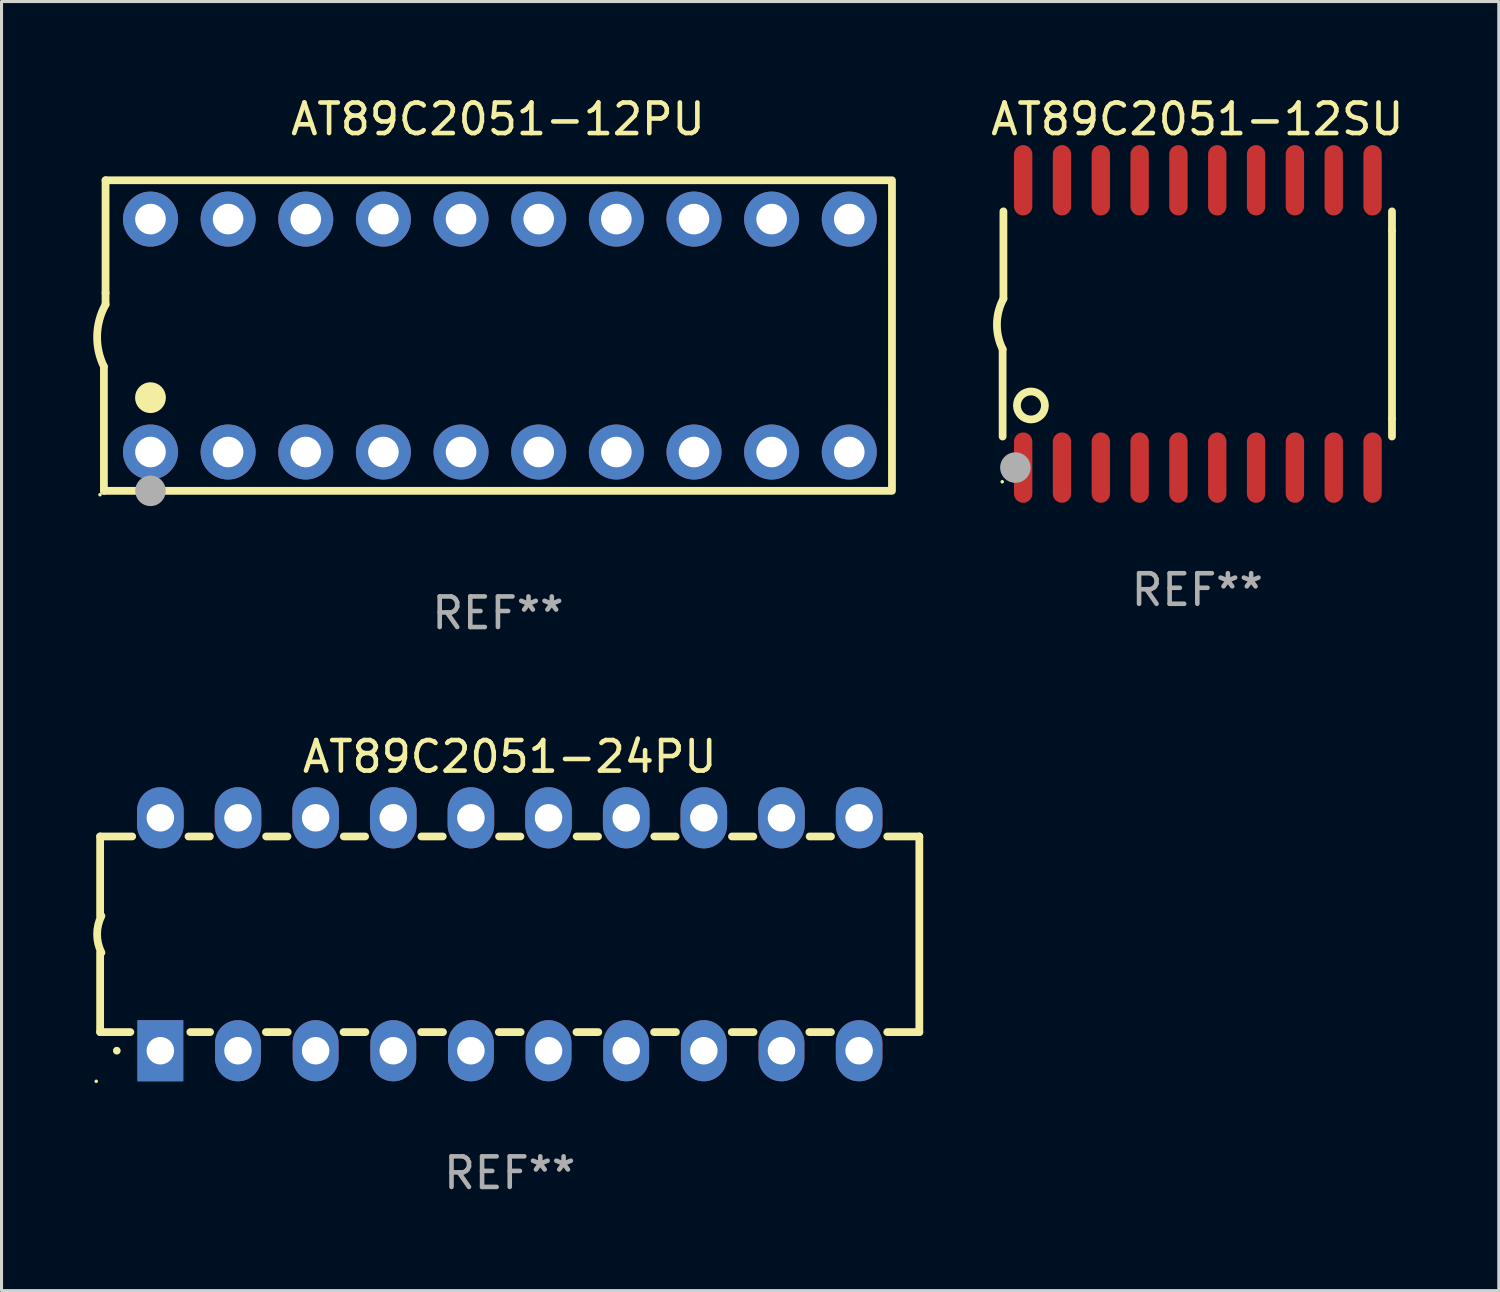
<source format=kicad_pcb>
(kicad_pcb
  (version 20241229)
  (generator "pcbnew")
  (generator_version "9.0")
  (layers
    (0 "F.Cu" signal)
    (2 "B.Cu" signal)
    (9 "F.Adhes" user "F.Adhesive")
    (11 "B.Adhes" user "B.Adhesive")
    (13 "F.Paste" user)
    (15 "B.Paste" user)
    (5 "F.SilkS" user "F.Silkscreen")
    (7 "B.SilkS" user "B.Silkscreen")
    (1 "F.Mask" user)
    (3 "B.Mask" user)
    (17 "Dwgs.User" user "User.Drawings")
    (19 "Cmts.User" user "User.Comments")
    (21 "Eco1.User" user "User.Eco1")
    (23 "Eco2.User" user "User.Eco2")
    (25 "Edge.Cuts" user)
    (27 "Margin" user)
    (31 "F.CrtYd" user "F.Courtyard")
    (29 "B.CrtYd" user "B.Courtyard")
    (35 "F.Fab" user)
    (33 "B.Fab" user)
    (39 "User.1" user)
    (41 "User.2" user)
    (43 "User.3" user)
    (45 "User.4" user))
  (footprint "AT89C2051-12PU"
    (layer "F.Cu")
    (at 13.24 7.928)
    (property "Reference" "AT89C2051-12PU" (at 0 -7.08 0) (layer "F.SilkS") (effects (font (size 1 1) (thickness 0.15))))
    (attr through_hole)
    (fp_line (start -12.891 5.08) (end -12.891 1.016) (stroke (width 0.254) (type solid)) (layer "F.SilkS"))
    (fp_line (start -12.891 5.08) (end 12.891 5.08) (stroke (width 0.254) (type solid)) (layer "F.SilkS"))
    (fp_line (start -12.837 -5.08) (end -12.837 -1.397) (stroke (width 0.254) (type solid)) (layer "F.SilkS"))
    (fp_line (start -12.837 -5.08) (end 12.891 -5.08) (stroke (width 0.254) (type solid)) (layer "F.SilkS"))
    (fp_line (start -12.837 -1.397) (end -12.837 -1.016) (stroke (width 0.254) (type solid)) (layer "F.SilkS"))
    (fp_line (start 12.891 -5) (end 12.891 5) (stroke (width 0.254) (type solid)) (layer "F.SilkS"))
    (fp_arc (start -12.890526 1.016002) (mid -13.111945 -0.006602) (end -12.836525 -1.016002) (stroke (width 0.254001) (type solid)) (layer "F.SilkS"))
    (fp_circle (center -13.018 5.207) (end -12.988 5.207) (stroke (width 0.06) (type solid)) (fill no) (layer "F.SilkS"))
    (fp_circle (center -11.367 2.032) (end -11.113 2.032) (stroke (width 0.5) (type solid)) (fill no) (layer "F.SilkS"))
    (fp_circle (center -11.367 5.08) (end -11.117 5.08) (stroke (width 0.5) (type solid)) (fill no) (layer "F.Fab"))
    (fp_text user "REF**" (at 0 9.08 0) (layer "F.Fab") (effects (font (size 1 1) (thickness 0.15))))
    (pad "1" thru_hole circle (at -11.367 3.81) (size 1.8 1.8) (drill 1) (layers "*.Cu" "*.Mask"))
    (pad "2" thru_hole circle (at -8.827 3.81) (size 1.8 1.8) (drill 1) (layers "*.Cu" "*.Mask"))
    (pad "3" thru_hole circle (at -6.287 3.81) (size 1.8 1.8) (drill 1) (layers "*.Cu" "*.Mask"))
    (pad "4" thru_hole circle (at -3.747 3.81) (size 1.8 1.8) (drill 1) (layers "*.Cu" "*.Mask"))
    (pad "5" thru_hole circle (at -1.207 3.81) (size 1.8 1.8) (drill 1) (layers "*.Cu" "*.Mask"))
    (pad "6" thru_hole circle (at 1.334 3.81) (size 1.8 1.8) (drill 1) (layers "*.Cu" "*.Mask"))
    (pad "7" thru_hole circle (at 3.874 3.81) (size 1.8 1.8) (drill 1) (layers "*.Cu" "*.Mask"))
    (pad "8" thru_hole circle (at 6.414 3.81) (size 1.8 1.8) (drill 1) (layers "*.Cu" "*.Mask"))
    (pad "9" thru_hole circle (at 8.954 3.81) (size 1.8 1.8) (drill 1) (layers "*.Cu" "*.Mask"))
    (pad "10" thru_hole circle (at 11.494 3.81) (size 1.8 1.8) (drill 1) (layers "*.Cu" "*.Mask"))
    (pad "11" thru_hole circle (at 11.494 -3.81) (size 1.8 1.8) (drill 1) (layers "*.Cu" "*.Mask"))
    (pad "12" thru_hole circle (at 8.954 -3.81) (size 1.8 1.8) (drill 1) (layers "*.Cu" "*.Mask"))
    (pad "13" thru_hole circle (at 6.414 -3.81) (size 1.8 1.8) (drill 1) (layers "*.Cu" "*.Mask"))
    (pad "14" thru_hole circle (at 3.874 -3.81) (size 1.8 1.8) (drill 1) (layers "*.Cu" "*.Mask"))
    (pad "15" thru_hole circle (at 1.334 -3.81) (size 1.8 1.8) (drill 1) (layers "*.Cu" "*.Mask"))
    (pad "16" thru_hole circle (at -1.207 -3.81) (size 1.8 1.8) (drill 1) (layers "*.Cu" "*.Mask"))
    (pad "17" thru_hole circle (at -3.747 -3.81) (size 1.8 1.8) (drill 1) (layers "*.Cu" "*.Mask"))
    (pad "18" thru_hole circle (at -6.287 -3.81) (size 1.8 1.8) (drill 1) (layers "*.Cu" "*.Mask"))
    (pad "19" thru_hole circle (at -8.827 -3.81) (size 1.8 1.8) (drill 1) (layers "*.Cu" "*.Mask"))
    (pad "20" thru_hole circle (at -11.367 -3.81) (size 1.8 1.8) (drill 1) (layers "*.Cu" "*.Mask")))
  (footprint "AT89C2051-24PU"
    (layer "F.Cu")
    (at 13.626 27.515)
    (property "Reference" "AT89C2051-24PU" (at 0 -5.81 0) (layer "F.SilkS") (effects (font (size 1 1) (thickness 0.15))))
    (attr through_hole)
    (fp_line (start -13.4 -3.2) (end -12.351 -3.2) (stroke (width 0.254) (type solid)) (layer "F.SilkS"))
    (fp_line (start -13.4 -0.6) (end -13.4 -3.2) (stroke (width 0.254) (type solid)) (layer "F.SilkS"))
    (fp_line (start -13.4 3.2) (end -13.4 0.6) (stroke (width 0.254) (type solid)) (layer "F.SilkS"))
    (fp_line (start -13.4 3.2) (end -12.411 3.2) (stroke (width 0.254) (type solid)) (layer "F.SilkS"))
    (fp_line (start -10.509 -3.2) (end -9.811 -3.2) (stroke (width 0.254) (type solid)) (layer "F.SilkS"))
    (fp_line (start -10.449 3.2) (end -9.803 3.2) (stroke (width 0.254) (type solid)) (layer "F.SilkS"))
    (fp_line (start -7.977 3.2) (end -7.263 3.2) (stroke (width 0.254) (type solid)) (layer "F.SilkS"))
    (fp_line (start -7.969 -3.2) (end -7.271 -3.2) (stroke (width 0.254) (type solid)) (layer "F.SilkS"))
    (fp_line (start -5.437 3.2) (end -4.723 3.2) (stroke (width 0.254) (type solid)) (layer "F.SilkS"))
    (fp_line (start -5.429 -3.2) (end -4.731 -3.2) (stroke (width 0.254) (type solid)) (layer "F.SilkS"))
    (fp_line (start -2.897 3.2) (end -2.183 3.2) (stroke (width 0.254) (type solid)) (layer "F.SilkS"))
    (fp_line (start -2.889 -3.2) (end -2.191 -3.2) (stroke (width 0.254) (type solid)) (layer "F.SilkS"))
    (fp_line (start -0.357 3.2) (end 0.357 3.2) (stroke (width 0.254) (type solid)) (layer "F.SilkS"))
    (fp_line (start -0.349 -3.2) (end 0.349 -3.2) (stroke (width 0.254) (type solid)) (layer "F.SilkS"))
    (fp_line (start 2.183 3.2) (end 2.897 3.2) (stroke (width 0.254) (type solid)) (layer "F.SilkS"))
    (fp_line (start 2.191 -3.2) (end 2.889 -3.2) (stroke (width 0.254) (type solid)) (layer "F.SilkS"))
    (fp_line (start 4.723 3.2) (end 5.437 3.2) (stroke (width 0.254) (type solid)) (layer "F.SilkS"))
    (fp_line (start 4.731 -3.2) (end 5.429 -3.2) (stroke (width 0.254) (type solid)) (layer "F.SilkS"))
    (fp_line (start 7.263 3.2) (end 7.977 3.2) (stroke (width 0.254) (type solid)) (layer "F.SilkS"))
    (fp_line (start 7.271 -3.2) (end 7.969 -3.2) (stroke (width 0.254) (type solid)) (layer "F.SilkS"))
    (fp_line (start 9.803 3.2) (end 10.509 3.2) (stroke (width 0.254) (type solid)) (layer "F.SilkS"))
    (fp_line (start 9.811 -3.2) (end 10.509 -3.2) (stroke (width 0.254) (type solid)) (layer "F.SilkS"))
    (fp_line (start 12.351 -3.2) (end 13.4 -3.2) (stroke (width 0.254) (type solid)) (layer "F.SilkS"))
    (fp_line (start 12.351 3.2) (end 13.4 3.2) (stroke (width 0.254) (type solid)) (layer "F.SilkS"))
    (fp_line (start 13.4 -3.2) (end 13.4 3.2) (stroke (width 0.254) (type solid)) (layer "F.SilkS"))
    (fp_arc (start -13.357557 0.599721) (mid -13.499295 0.000123) (end -13.358598 -0.599721) (stroke (width 0.254001) (type solid)) (layer "F.SilkS"))
    (fp_arc (start -12.854966 3.810008) (mid -12.854973 3.808738) (end -12.854966 3.807468) (stroke (width 0.25) (type solid)) (layer "F.SilkS"))
    (fp_circle (center -13.527 4.81) (end -13.497 4.81) (stroke (width 0.06) (type solid)) (fill no) (layer "F.SilkS"))
    (fp_text user "REF**" (at 0 7.81 0) (layer "F.Fab") (effects (font (size 1 1) (thickness 0.15))))
    (pad "1" thru_hole rect (at -11.43 3.81 90) (size 2 1.5) (drill 0.9) (layers "*.Cu" "*.Mask"))
    (pad "2" thru_hole oval (at -8.89 3.81 90) (size 2 1.5) (drill 0.9) (layers "*.Cu" "*.Mask"))
    (pad "3" thru_hole oval (at -6.35 3.81 90) (size 2 1.5) (drill 0.9) (layers "*.Cu" "*.Mask"))
    (pad "4" thru_hole oval (at -3.81 3.81 90) (size 2 1.5) (drill 0.9) (layers "*.Cu" "*.Mask"))
    (pad "5" thru_hole oval (at -1.27 3.81 90) (size 2 1.5) (drill 0.9) (layers "*.Cu" "*.Mask"))
    (pad "6" thru_hole oval (at 1.27 3.81 90) (size 2 1.5) (drill 0.9) (layers "*.Cu" "*.Mask"))
    (pad "7" thru_hole oval (at 3.81 3.81 90) (size 2 1.5) (drill 0.9) (layers "*.Cu" "*.Mask"))
    (pad "8" thru_hole oval (at 6.35 3.81 90) (size 2 1.5) (drill 0.9) (layers "*.Cu" "*.Mask"))
    (pad "9" thru_hole oval (at 8.89 3.81 90) (size 2 1.5) (drill 0.9) (layers "*.Cu" "*.Mask"))
    (pad "10" thru_hole oval (at 11.43 3.81 90) (size 2 1.524) (drill 0.9) (layers "*.Cu" "*.Mask"))
    (pad "11" thru_hole oval (at 11.43 -3.81 90) (size 2 1.524) (drill 0.9) (layers "*.Cu" "*.Mask"))
    (pad "12" thru_hole oval (at 8.89 -3.81 90) (size 2 1.524) (drill 0.9) (layers "*.Cu" "*.Mask"))
    (pad "13" thru_hole oval (at 6.35 -3.81 90) (size 2 1.524) (drill 0.9) (layers "*.Cu" "*.Mask"))
    (pad "14" thru_hole oval (at 3.81 -3.81 90) (size 2 1.524) (drill 0.9) (layers "*.Cu" "*.Mask"))
    (pad "15" thru_hole oval (at 1.27 -3.81 90) (size 2 1.524) (drill 0.9) (layers "*.Cu" "*.Mask"))
    (pad "16" thru_hole oval (at -1.27 -3.81 90) (size 2 1.524) (drill 0.9) (layers "*.Cu" "*.Mask"))
    (pad "17" thru_hole oval (at -3.81 -3.81 90) (size 2 1.524) (drill 0.9) (layers "*.Cu" "*.Mask"))
    (pad "18" thru_hole oval (at -6.35 -3.81 90) (size 2 1.524) (drill 0.9) (layers "*.Cu" "*.Mask"))
    (pad "19" thru_hole oval (at -8.89 -3.81 90) (size 2 1.524) (drill 0.9) (layers "*.Cu" "*.Mask"))
    (pad "20" thru_hole oval (at -11.43 -3.81 90) (size 2 1.524) (drill 0.9) (layers "*.Cu" "*.Mask")))
  (footprint "AT89C2051-12SU"
    (layer "F.Cu")
    (at 36.12 7.548)
    (property "Reference" "AT89C2051-12SU" (at 0 -6.7 0) (layer "F.SilkS") (effects (font (size 1 1) (thickness 0.15))))
    (attr through_hole)
    (fp_line (start -6.369 0.826) (end -6.369 3.683) (stroke (width 0.254) (type solid)) (layer "F.SilkS"))
    (fp_line (start -6.343 -0.825) (end -6.343 -3.683) (stroke (width 0.254) (type solid)) (layer "F.SilkS"))
    (fp_line (start 6.369 -3.048) (end 6.369 -3.683) (stroke (width 0.254) (type solid)) (layer "F.SilkS"))
    (fp_line (start 6.369 -3.048) (end 6.369 3.096) (stroke (width 0.254) (type solid)) (layer "F.SilkS"))
    (fp_line (start 6.369 3.096) (end 6.369 3.683) (stroke (width 0.254) (type solid)) (layer "F.SilkS"))
    (fp_arc (start -6.36853 0.825552) (mid -6.554743 -0.00301) (end -6.343129 -0.825451) (stroke (width 0.254001) (type solid)) (layer "F.SilkS"))
    (fp_circle (center -6.382 5.163) (end -6.352 5.163) (stroke (width 0.06) (type solid)) (fill no) (layer "F.SilkS"))
    (fp_circle (center -5.443 2.667) (end -4.985 2.667) (stroke (width 0.254) (type solid)) (fill no) (layer "F.SilkS"))
    (fp_circle (center -5.951 4.699) (end -5.701 4.699) (stroke (width 0.5) (type solid)) (fill no) (layer "F.Fab"))
    (fp_text user "REF**" (at 0 8.7 0) (layer "F.Fab") (effects (font (size 1 1) (thickness 0.15))))
    (pad "1" smd oval (at -5.697 4.7 180) (size 0.6 2.3) (layers "F.Cu" "F.Mask" "F.Paste"))
    (pad "2" smd oval (at -4.427 4.7 180) (size 0.6 2.3) (layers "F.Cu" "F.Mask" "F.Paste"))
    (pad "3" smd oval (at -3.157 4.7 180) (size 0.6 2.3) (layers "F.Cu" "F.Mask" "F.Paste"))
    (pad "4" smd oval (at -1.887 4.7 180) (size 0.6 2.3) (layers "F.Cu" "F.Mask" "F.Paste"))
    (pad "5" smd oval (at -0.617 4.7 180) (size 0.6 2.3) (layers "F.Cu" "F.Mask" "F.Paste"))
    (pad "6" smd oval (at 0.653 4.7 180) (size 0.6 2.3) (layers "F.Cu" "F.Mask" "F.Paste"))
    (pad "7" smd oval (at 1.923 4.7 180) (size 0.6 2.3) (layers "F.Cu" "F.Mask" "F.Paste"))
    (pad "8" smd oval (at 3.193 4.7 180) (size 0.6 2.3) (layers "F.Cu" "F.Mask" "F.Paste"))
    (pad "9" smd oval (at 4.463 4.7 180) (size 0.6 2.3) (layers "F.Cu" "F.Mask" "F.Paste"))
    (pad "10" smd oval (at 5.734 4.7 180) (size 0.6 2.3) (layers "F.Cu" "F.Mask" "F.Paste"))
    (pad "11" smd oval (at 5.734 -4.7 180) (size 0.6 2.3) (layers "F.Cu" "F.Mask" "F.Paste"))
    (pad "12" smd oval (at 4.463 -4.7 180) (size 0.6 2.3) (layers "F.Cu" "F.Mask" "F.Paste"))
    (pad "13" smd oval (at 3.193 -4.7 180) (size 0.6 2.3) (layers "F.Cu" "F.Mask" "F.Paste"))
    (pad "14" smd oval (at 1.923 -4.7 180) (size 0.6 2.3) (layers "F.Cu" "F.Mask" "F.Paste"))
    (pad "15" smd oval (at 0.653 -4.7 180) (size 0.6 2.3) (layers "F.Cu" "F.Mask" "F.Paste"))
    (pad "16" smd oval (at -0.617 -4.7 180) (size 0.6 2.3) (layers "F.Cu" "F.Mask" "F.Paste"))
    (pad "17" smd oval (at -1.887 -4.7 180) (size 0.6 2.3) (layers "F.Cu" "F.Mask" "F.Paste"))
    (pad "18" smd oval (at -3.157 -4.7 180) (size 0.6 2.3) (layers "F.Cu" "F.Mask" "F.Paste"))
    (pad "19" smd oval (at -4.427 -4.7 180) (size 0.6 2.3) (layers "F.Cu" "F.Mask" "F.Paste"))
    (pad "20" smd oval (at -5.697 -4.7 180) (size 0.6 2.3) (layers "F.Cu" "F.Mask" "F.Paste")))
  (gr_rect
    (start -3 -3)
    (end 45.983 39.173)
    (stroke (width 0.1) (type default))
    (fill no)
    (layer "Edge.Cuts")))
</source>
